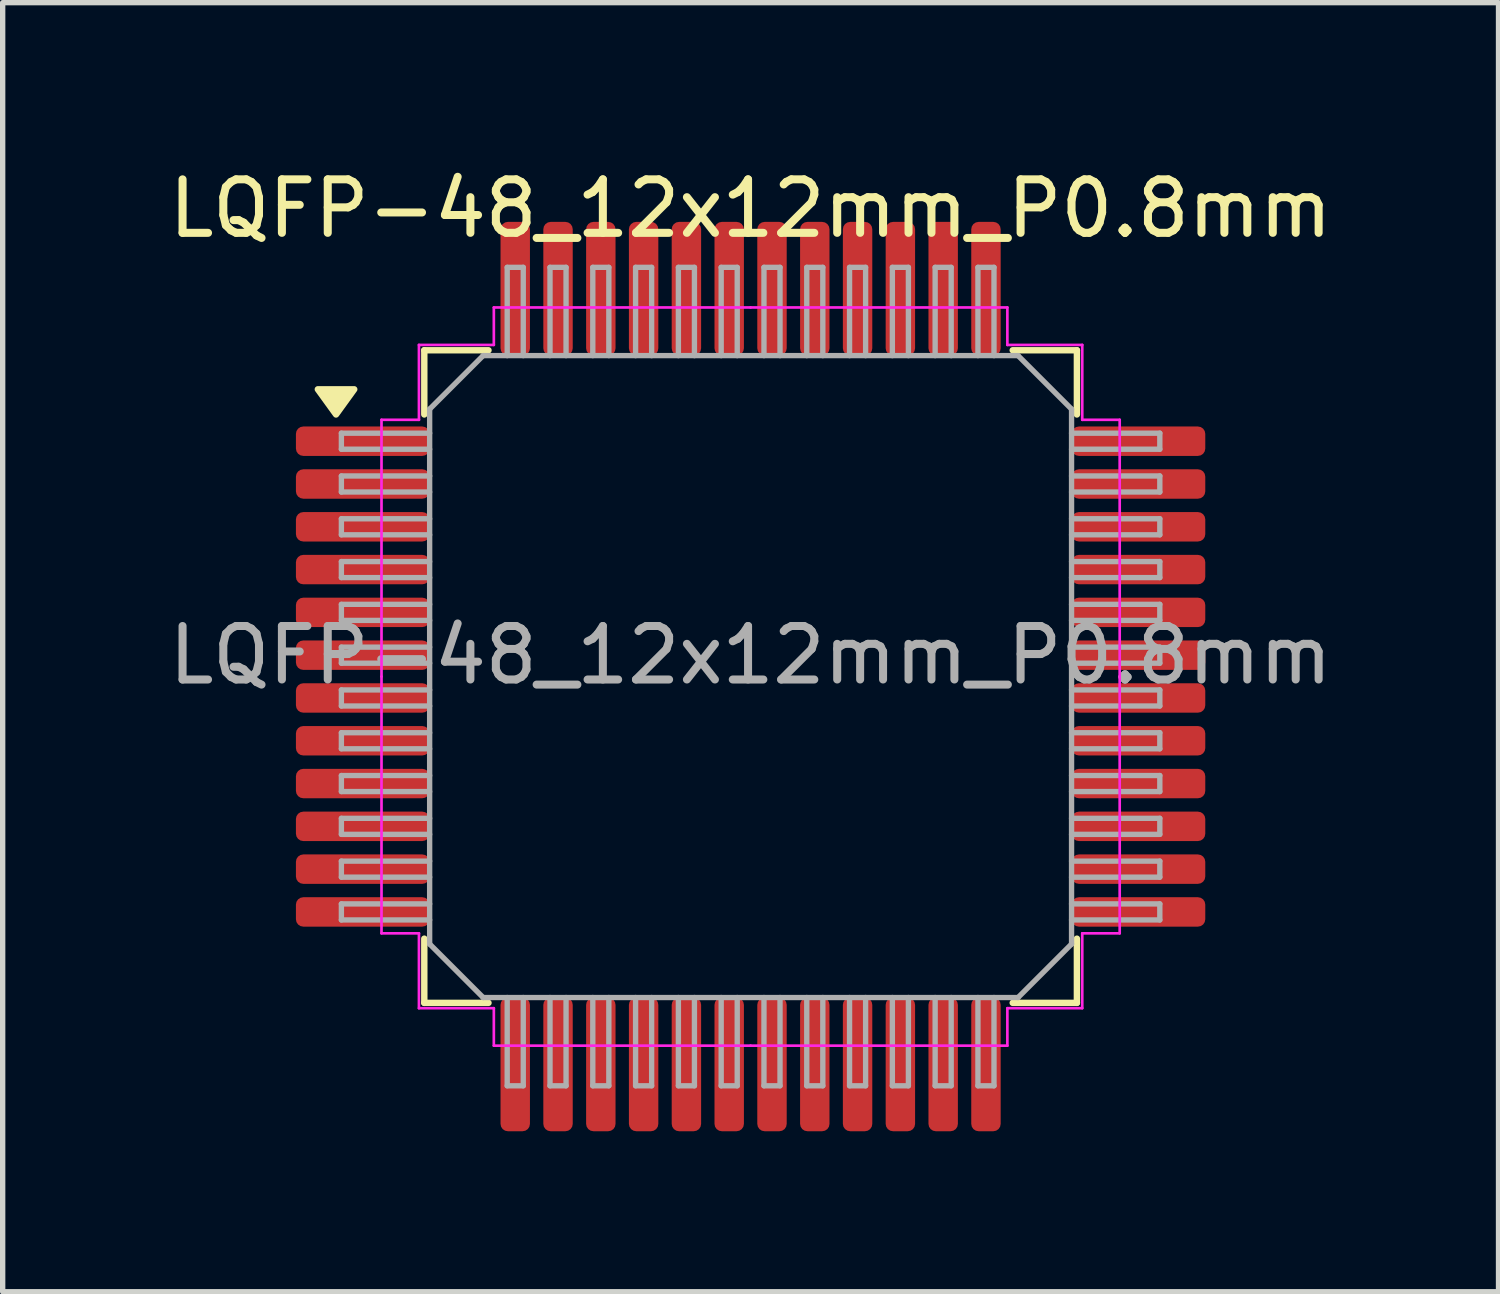
<source format=kicad_pcb>
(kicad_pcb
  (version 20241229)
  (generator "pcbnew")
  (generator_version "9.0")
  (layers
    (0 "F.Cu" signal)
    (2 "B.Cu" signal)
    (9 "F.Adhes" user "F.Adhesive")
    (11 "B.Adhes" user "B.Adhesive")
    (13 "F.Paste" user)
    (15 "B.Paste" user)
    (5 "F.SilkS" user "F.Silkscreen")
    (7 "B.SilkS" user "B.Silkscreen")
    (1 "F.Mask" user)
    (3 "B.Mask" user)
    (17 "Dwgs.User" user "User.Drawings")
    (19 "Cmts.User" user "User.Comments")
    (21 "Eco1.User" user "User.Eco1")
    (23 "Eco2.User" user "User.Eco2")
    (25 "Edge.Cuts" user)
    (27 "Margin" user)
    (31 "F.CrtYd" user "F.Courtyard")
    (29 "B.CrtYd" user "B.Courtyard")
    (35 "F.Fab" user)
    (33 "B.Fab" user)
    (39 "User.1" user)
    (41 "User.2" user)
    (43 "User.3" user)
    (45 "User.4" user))
  (footprint "LQFP-48_12x12mm_P0.8mm"
    (layer "F.Cu")
    (at 10.982 9.598)
    (property "Reference" "LQFP-48_12x12mm_P0.8mm" (at 0 -8.75 0) (layer "F.SilkS") (effects (font (size 1 1) (thickness 0.15))))
    (attr smd)
    (fp_line (start -6.1 -6.1) (end -4.9 -6.1) (stroke (width 0.12) (type solid)) (layer "F.SilkS"))
    (fp_line (start -6.1 -4.9) (end -6.1 -6.1) (stroke (width 0.12) (type solid)) (layer "F.SilkS"))
    (fp_line (start -6.1 6.1) (end -6.1 4.9) (stroke (width 0.12) (type solid)) (layer "F.SilkS"))
    (fp_line (start -4.9 6.1) (end -6.1 6.1) (stroke (width 0.12) (type solid)) (layer "F.SilkS"))
    (fp_line (start 4.9 -6.1) (end 6.1 -6.1) (stroke (width 0.12) (type solid)) (layer "F.SilkS"))
    (fp_line (start 6.1 -6.1) (end 6.1 -4.9) (stroke (width 0.12) (type solid)) (layer "F.SilkS"))
    (fp_line (start 6.1 4.9) (end 6.1 6.1) (stroke (width 0.12) (type solid)) (layer "F.SilkS"))
    (fp_line (start 6.1 6.1) (end 4.9 6.1) (stroke (width 0.12) (type solid)) (layer "F.SilkS"))
    (fp_poly (pts (xy -7.75 -4.9) (xy -8.09 -5.37) (xy -7.41 -5.37) (xy -7.75 -4.9)) (stroke (width 0.12) (type solid)) (fill yes) (layer "F.SilkS"))
    (fp_line (start -6.9 -4.8) (end -6.2 -4.8) (stroke (width 0.05) (type solid)) (layer "F.CrtYd"))
    (fp_line (start -6.9 0) (end -6.9 -4.8) (stroke (width 0.05) (type solid)) (layer "F.CrtYd"))
    (fp_line (start -6.9 4.8) (end -6.9 0) (stroke (width 0.05) (type solid)) (layer "F.CrtYd"))
    (fp_line (start -6.2 -6.2) (end -4.8 -6.2) (stroke (width 0.05) (type solid)) (layer "F.CrtYd"))
    (fp_line (start -6.2 -4.8) (end -6.2 -6.2) (stroke (width 0.05) (type solid)) (layer "F.CrtYd"))
    (fp_line (start -6.2 4.8) (end -6.9 4.8) (stroke (width 0.05) (type solid)) (layer "F.CrtYd"))
    (fp_line (start -6.2 6.2) (end -6.2 4.8) (stroke (width 0.05) (type solid)) (layer "F.CrtYd"))
    (fp_line (start -4.8 -6.9) (end 0 -6.9) (stroke (width 0.05) (type solid)) (layer "F.CrtYd"))
    (fp_line (start -4.8 -6.2) (end -4.8 -6.9) (stroke (width 0.05) (type solid)) (layer "F.CrtYd"))
    (fp_line (start -4.8 6.2) (end -6.2 6.2) (stroke (width 0.05) (type solid)) (layer "F.CrtYd"))
    (fp_line (start -4.8 6.9) (end -4.8 6.2) (stroke (width 0.05) (type solid)) (layer "F.CrtYd"))
    (fp_line (start 0 -6.9) (end 4.8 -6.9) (stroke (width 0.05) (type solid)) (layer "F.CrtYd"))
    (fp_line (start 0 6.9) (end -4.8 6.9) (stroke (width 0.05) (type solid)) (layer "F.CrtYd"))
    (fp_line (start 4.8 -6.9) (end 4.8 -6.2) (stroke (width 0.05) (type solid)) (layer "F.CrtYd"))
    (fp_line (start 4.8 -6.2) (end 6.2 -6.2) (stroke (width 0.05) (type solid)) (layer "F.CrtYd"))
    (fp_line (start 4.8 6.2) (end 4.8 6.9) (stroke (width 0.05) (type solid)) (layer "F.CrtYd"))
    (fp_line (start 4.8 6.9) (end 0 6.9) (stroke (width 0.05) (type solid)) (layer "F.CrtYd"))
    (fp_line (start 6.2 -6.2) (end 6.2 -4.8) (stroke (width 0.05) (type solid)) (layer "F.CrtYd"))
    (fp_line (start 6.2 -4.8) (end 6.9 -4.8) (stroke (width 0.05) (type solid)) (layer "F.CrtYd"))
    (fp_line (start 6.2 4.8) (end 6.2 6.2) (stroke (width 0.05) (type solid)) (layer "F.CrtYd"))
    (fp_line (start 6.2 6.2) (end 4.8 6.2) (stroke (width 0.05) (type solid)) (layer "F.CrtYd"))
    (fp_line (start 6.9 -4.8) (end 6.9 0) (stroke (width 0.05) (type solid)) (layer "F.CrtYd"))
    (fp_line (start 6.9 0) (end 6.9 4.8) (stroke (width 0.05) (type solid)) (layer "F.CrtYd"))
    (fp_line (start 6.9 4.8) (end 6.2 4.8) (stroke (width 0.05) (type solid)) (layer "F.CrtYd"))
    (fp_line (start -7.65 -4.55) (end -7.65 -4.25) (stroke (width 0.1) (type default)) (layer "F.Fab"))
    (fp_line (start -7.65 -4.25) (end -6 -4.25) (stroke (width 0.1) (type default)) (layer "F.Fab"))
    (fp_line (start -7.65 -3.75) (end -7.65 -3.45) (stroke (width 0.1) (type default)) (layer "F.Fab"))
    (fp_line (start -7.65 -3.45) (end -6 -3.45) (stroke (width 0.1) (type default)) (layer "F.Fab"))
    (fp_line (start -7.65 -2.95) (end -7.65 -2.65) (stroke (width 0.1) (type default)) (layer "F.Fab"))
    (fp_line (start -7.65 -2.65) (end -6 -2.65) (stroke (width 0.1) (type default)) (layer "F.Fab"))
    (fp_line (start -7.65 -2.15) (end -7.65 -1.85) (stroke (width 0.1) (type default)) (layer "F.Fab"))
    (fp_line (start -7.65 -1.85) (end -6 -1.85) (stroke (width 0.1) (type default)) (layer "F.Fab"))
    (fp_line (start -7.65 -1.35) (end -7.65 -1.05) (stroke (width 0.1) (type default)) (layer "F.Fab"))
    (fp_line (start -7.65 -1.05) (end -6 -1.05) (stroke (width 0.1) (type default)) (layer "F.Fab"))
    (fp_line (start -7.65 -0.55) (end -7.65 -0.25) (stroke (width 0.1) (type default)) (layer "F.Fab"))
    (fp_line (start -7.65 -0.25) (end -6 -0.25) (stroke (width 0.1) (type default)) (layer "F.Fab"))
    (fp_line (start -7.65 0.25) (end -7.65 0.55) (stroke (width 0.1) (type default)) (layer "F.Fab"))
    (fp_line (start -7.65 0.55) (end -6 0.55) (stroke (width 0.1) (type default)) (layer "F.Fab"))
    (fp_line (start -7.65 1.05) (end -7.65 1.35) (stroke (width 0.1) (type default)) (layer "F.Fab"))
    (fp_line (start -7.65 1.35) (end -6 1.35) (stroke (width 0.1) (type default)) (layer "F.Fab"))
    (fp_line (start -7.65 1.85) (end -7.65 2.15) (stroke (width 0.1) (type default)) (layer "F.Fab"))
    (fp_line (start -7.65 2.15) (end -6 2.15) (stroke (width 0.1) (type default)) (layer "F.Fab"))
    (fp_line (start -7.65 2.65) (end -7.65 2.95) (stroke (width 0.1) (type default)) (layer "F.Fab"))
    (fp_line (start -7.65 2.95) (end -6 2.95) (stroke (width 0.1) (type default)) (layer "F.Fab"))
    (fp_line (start -7.65 3.45) (end -7.65 3.75) (stroke (width 0.1) (type default)) (layer "F.Fab"))
    (fp_line (start -7.65 3.75) (end -6 3.75) (stroke (width 0.1) (type default)) (layer "F.Fab"))
    (fp_line (start -7.65 4.25) (end -7.65 4.55) (stroke (width 0.1) (type default)) (layer "F.Fab"))
    (fp_line (start -7.65 4.55) (end -6 4.55) (stroke (width 0.1) (type default)) (layer "F.Fab"))
    (fp_line (start -6 -5) (end -5 -6) (stroke (width 0.1) (type solid)) (layer "F.Fab"))
    (fp_line (start -6 -4.55) (end -7.65 -4.55) (stroke (width 0.1) (type default)) (layer "F.Fab"))
    (fp_line (start -6 -3.75) (end -7.65 -3.75) (stroke (width 0.1) (type default)) (layer "F.Fab"))
    (fp_line (start -6 -2.95) (end -7.65 -2.95) (stroke (width 0.1) (type default)) (layer "F.Fab"))
    (fp_line (start -6 -2.15) (end -7.65 -2.15) (stroke (width 0.1) (type default)) (layer "F.Fab"))
    (fp_line (start -6 -1.35) (end -7.65 -1.35) (stroke (width 0.1) (type default)) (layer "F.Fab"))
    (fp_line (start -6 -0.55) (end -7.65 -0.55) (stroke (width 0.1) (type default)) (layer "F.Fab"))
    (fp_line (start -6 0.25) (end -7.65 0.25) (stroke (width 0.1) (type default)) (layer "F.Fab"))
    (fp_line (start -6 1.05) (end -7.65 1.05) (stroke (width 0.1) (type default)) (layer "F.Fab"))
    (fp_line (start -6 1.85) (end -7.65 1.85) (stroke (width 0.1) (type default)) (layer "F.Fab"))
    (fp_line (start -6 2.65) (end -7.65 2.65) (stroke (width 0.1) (type default)) (layer "F.Fab"))
    (fp_line (start -6 3.45) (end -7.65 3.45) (stroke (width 0.1) (type default)) (layer "F.Fab"))
    (fp_line (start -6 4.25) (end -7.65 4.25) (stroke (width 0.1) (type default)) (layer "F.Fab"))
    (fp_line (start -6 5) (end -6 -5) (stroke (width 0.1) (type solid)) (layer "F.Fab"))
    (fp_line (start -6 5) (end -5 6) (stroke (width 0.1) (type default)) (layer "F.Fab"))
    (fp_line (start -5 -6) (end 5 -6) (stroke (width 0.1) (type solid)) (layer "F.Fab"))
    (fp_line (start -4.55 -7.65) (end -4.55 -6) (stroke (width 0.1) (type default)) (layer "F.Fab"))
    (fp_line (start -4.55 6) (end -4.55 7.65) (stroke (width 0.1) (type default)) (layer "F.Fab"))
    (fp_line (start -4.55 7.65) (end -4.25 7.65) (stroke (width 0.1) (type default)) (layer "F.Fab"))
    (fp_line (start -4.25 -7.65) (end -4.55 -7.65) (stroke (width 0.1) (type default)) (layer "F.Fab"))
    (fp_line (start -4.25 -6) (end -4.25 -7.65) (stroke (width 0.1) (type default)) (layer "F.Fab"))
    (fp_line (start -4.25 7.65) (end -4.25 6) (stroke (width 0.1) (type default)) (layer "F.Fab"))
    (fp_line (start -3.75 -7.65) (end -3.75 -6) (stroke (width 0.1) (type default)) (layer "F.Fab"))
    (fp_line (start -3.75 6) (end -3.75 7.65) (stroke (width 0.1) (type default)) (layer "F.Fab"))
    (fp_line (start -3.75 7.65) (end -3.45 7.65) (stroke (width 0.1) (type default)) (layer "F.Fab"))
    (fp_line (start -3.45 -7.65) (end -3.75 -7.65) (stroke (width 0.1) (type default)) (layer "F.Fab"))
    (fp_line (start -3.45 -6) (end -3.45 -7.65) (stroke (width 0.1) (type default)) (layer "F.Fab"))
    (fp_line (start -3.45 7.65) (end -3.45 6) (stroke (width 0.1) (type default)) (layer "F.Fab"))
    (fp_line (start -2.95 -7.65) (end -2.95 -6) (stroke (width 0.1) (type default)) (layer "F.Fab"))
    (fp_line (start -2.95 6) (end -2.95 7.65) (stroke (width 0.1) (type default)) (layer "F.Fab"))
    (fp_line (start -2.95 7.65) (end -2.65 7.65) (stroke (width 0.1) (type default)) (layer "F.Fab"))
    (fp_line (start -2.65 -7.65) (end -2.95 -7.65) (stroke (width 0.1) (type default)) (layer "F.Fab"))
    (fp_line (start -2.65 -6) (end -2.65 -7.65) (stroke (width 0.1) (type default)) (layer "F.Fab"))
    (fp_line (start -2.65 7.65) (end -2.65 6) (stroke (width 0.1) (type default)) (layer "F.Fab"))
    (fp_line (start -2.15 -7.65) (end -2.15 -6) (stroke (width 0.1) (type default)) (layer "F.Fab"))
    (fp_line (start -2.15 6) (end -2.15 7.65) (stroke (width 0.1) (type default)) (layer "F.Fab"))
    (fp_line (start -2.15 7.65) (end -1.85 7.65) (stroke (width 0.1) (type default)) (layer "F.Fab"))
    (fp_line (start -1.85 -7.65) (end -2.15 -7.65) (stroke (width 0.1) (type default)) (layer "F.Fab"))
    (fp_line (start -1.85 -6) (end -1.85 -7.65) (stroke (width 0.1) (type default)) (layer "F.Fab"))
    (fp_line (start -1.85 7.65) (end -1.85 6) (stroke (width 0.1) (type default)) (layer "F.Fab"))
    (fp_line (start -1.35 -7.65) (end -1.35 -6) (stroke (width 0.1) (type default)) (layer "F.Fab"))
    (fp_line (start -1.35 6) (end -1.35 7.65) (stroke (width 0.1) (type default)) (layer "F.Fab"))
    (fp_line (start -1.35 7.65) (end -1.05 7.65) (stroke (width 0.1) (type default)) (layer "F.Fab"))
    (fp_line (start -1.05 -7.65) (end -1.35 -7.65) (stroke (width 0.1) (type default)) (layer "F.Fab"))
    (fp_line (start -1.05 -6) (end -1.05 -7.65) (stroke (width 0.1) (type default)) (layer "F.Fab"))
    (fp_line (start -1.05 7.65) (end -1.05 6) (stroke (width 0.1) (type default)) (layer "F.Fab"))
    (fp_line (start -0.55 -7.65) (end -0.55 -6) (stroke (width 0.1) (type default)) (layer "F.Fab"))
    (fp_line (start -0.55 6) (end -0.55 7.65) (stroke (width 0.1) (type default)) (layer "F.Fab"))
    (fp_line (start -0.55 7.65) (end -0.25 7.65) (stroke (width 0.1) (type default)) (layer "F.Fab"))
    (fp_line (start -0.25 -7.65) (end -0.55 -7.65) (stroke (width 0.1) (type default)) (layer "F.Fab"))
    (fp_line (start -0.25 -6) (end -0.25 -7.65) (stroke (width 0.1) (type default)) (layer "F.Fab"))
    (fp_line (start -0.25 7.65) (end -0.25 6) (stroke (width 0.1) (type default)) (layer "F.Fab"))
    (fp_line (start 0.25 -7.65) (end 0.25 -6) (stroke (width 0.1) (type default)) (layer "F.Fab"))
    (fp_line (start 0.25 6) (end 0.25 7.65) (stroke (width 0.1) (type default)) (layer "F.Fab"))
    (fp_line (start 0.25 7.65) (end 0.55 7.65) (stroke (width 0.1) (type default)) (layer "F.Fab"))
    (fp_line (start 0.55 -7.65) (end 0.25 -7.65) (stroke (width 0.1) (type default)) (layer "F.Fab"))
    (fp_line (start 0.55 -6) (end 0.55 -7.65) (stroke (width 0.1) (type default)) (layer "F.Fab"))
    (fp_line (start 0.55 7.65) (end 0.55 6) (stroke (width 0.1) (type default)) (layer "F.Fab"))
    (fp_line (start 1.05 -7.65) (end 1.05 -6) (stroke (width 0.1) (type default)) (layer "F.Fab"))
    (fp_line (start 1.05 6) (end 1.05 7.65) (stroke (width 0.1) (type default)) (layer "F.Fab"))
    (fp_line (start 1.05 7.65) (end 1.35 7.65) (stroke (width 0.1) (type default)) (layer "F.Fab"))
    (fp_line (start 1.35 -7.65) (end 1.05 -7.65) (stroke (width 0.1) (type default)) (layer "F.Fab"))
    (fp_line (start 1.35 -6) (end 1.35 -7.65) (stroke (width 0.1) (type default)) (layer "F.Fab"))
    (fp_line (start 1.35 7.65) (end 1.35 6) (stroke (width 0.1) (type default)) (layer "F.Fab"))
    (fp_line (start 1.85 -7.65) (end 1.85 -6) (stroke (width 0.1) (type default)) (layer "F.Fab"))
    (fp_line (start 1.85 6) (end 1.85 7.65) (stroke (width 0.1) (type default)) (layer "F.Fab"))
    (fp_line (start 1.85 7.65) (end 2.15 7.65) (stroke (width 0.1) (type default)) (layer "F.Fab"))
    (fp_line (start 2.15 -7.65) (end 1.85 -7.65) (stroke (width 0.1) (type default)) (layer "F.Fab"))
    (fp_line (start 2.15 -6) (end 2.15 -7.65) (stroke (width 0.1) (type default)) (layer "F.Fab"))
    (fp_line (start 2.15 7.65) (end 2.15 6) (stroke (width 0.1) (type default)) (layer "F.Fab"))
    (fp_line (start 2.65 -7.65) (end 2.65 -6) (stroke (width 0.1) (type default)) (layer "F.Fab"))
    (fp_line (start 2.65 6) (end 2.65 7.65) (stroke (width 0.1) (type default)) (layer "F.Fab"))
    (fp_line (start 2.65 7.65) (end 2.95 7.65) (stroke (width 0.1) (type default)) (layer "F.Fab"))
    (fp_line (start 2.95 -7.65) (end 2.65 -7.65) (stroke (width 0.1) (type default)) (layer "F.Fab"))
    (fp_line (start 2.95 -6) (end 2.95 -7.65) (stroke (width 0.1) (type default)) (layer "F.Fab"))
    (fp_line (start 2.95 7.65) (end 2.95 6) (stroke (width 0.1) (type default)) (layer "F.Fab"))
    (fp_line (start 3.45 -7.65) (end 3.45 -6) (stroke (width 0.1) (type default)) (layer "F.Fab"))
    (fp_line (start 3.45 6) (end 3.45 7.65) (stroke (width 0.1) (type default)) (layer "F.Fab"))
    (fp_line (start 3.45 7.65) (end 3.75 7.65) (stroke (width 0.1) (type default)) (layer "F.Fab"))
    (fp_line (start 3.75 -7.65) (end 3.45 -7.65) (stroke (width 0.1) (type default)) (layer "F.Fab"))
    (fp_line (start 3.75 -6) (end 3.75 -7.65) (stroke (width 0.1) (type default)) (layer "F.Fab"))
    (fp_line (start 3.75 7.65) (end 3.75 6) (stroke (width 0.1) (type default)) (layer "F.Fab"))
    (fp_line (start 4.25 -7.65) (end 4.25 -6) (stroke (width 0.1) (type default)) (layer "F.Fab"))
    (fp_line (start 4.25 6) (end 4.25 7.65) (stroke (width 0.1) (type default)) (layer "F.Fab"))
    (fp_line (start 4.25 7.65) (end 4.55 7.65) (stroke (width 0.1) (type default)) (layer "F.Fab"))
    (fp_line (start 4.55 -7.65) (end 4.25 -7.65) (stroke (width 0.1) (type default)) (layer "F.Fab"))
    (fp_line (start 4.55 -6) (end 4.55 -7.65) (stroke (width 0.1) (type default)) (layer "F.Fab"))
    (fp_line (start 4.55 7.65) (end 4.55 6) (stroke (width 0.1) (type default)) (layer "F.Fab"))
    (fp_line (start 5 -6) (end 6 -5) (stroke (width 0.1) (type default)) (layer "F.Fab"))
    (fp_line (start 5 6) (end -5 6) (stroke (width 0.1) (type solid)) (layer "F.Fab"))
    (fp_line (start 6 -5) (end 6 5) (stroke (width 0.1) (type solid)) (layer "F.Fab"))
    (fp_line (start 6 -4.25) (end 7.65 -4.25) (stroke (width 0.1) (type default)) (layer "F.Fab"))
    (fp_line (start 6 -3.45) (end 7.65 -3.45) (stroke (width 0.1) (type default)) (layer "F.Fab"))
    (fp_line (start 6 -2.65) (end 7.65 -2.65) (stroke (width 0.1) (type default)) (layer "F.Fab"))
    (fp_line (start 6 -1.85) (end 7.65 -1.85) (stroke (width 0.1) (type default)) (layer "F.Fab"))
    (fp_line (start 6 -1.05) (end 7.65 -1.05) (stroke (width 0.1) (type default)) (layer "F.Fab"))
    (fp_line (start 6 -0.25) (end 7.65 -0.25) (stroke (width 0.1) (type default)) (layer "F.Fab"))
    (fp_line (start 6 0.55) (end 7.65 0.55) (stroke (width 0.1) (type default)) (layer "F.Fab"))
    (fp_line (start 6 1.35) (end 7.65 1.35) (stroke (width 0.1) (type default)) (layer "F.Fab"))
    (fp_line (start 6 2.15) (end 7.65 2.15) (stroke (width 0.1) (type default)) (layer "F.Fab"))
    (fp_line (start 6 2.95) (end 7.65 2.95) (stroke (width 0.1) (type default)) (layer "F.Fab"))
    (fp_line (start 6 3.75) (end 7.65 3.75) (stroke (width 0.1) (type default)) (layer "F.Fab"))
    (fp_line (start 6 4.55) (end 7.65 4.55) (stroke (width 0.1) (type default)) (layer "F.Fab"))
    (fp_line (start 6 5) (end 5 6) (stroke (width 0.1) (type default)) (layer "F.Fab"))
    (fp_line (start 7.65 -4.55) (end 6 -4.55) (stroke (width 0.1) (type default)) (layer "F.Fab"))
    (fp_line (start 7.65 -4.25) (end 7.65 -4.55) (stroke (width 0.1) (type default)) (layer "F.Fab"))
    (fp_line (start 7.65 -3.75) (end 6 -3.75) (stroke (width 0.1) (type default)) (layer "F.Fab"))
    (fp_line (start 7.65 -3.45) (end 7.65 -3.75) (stroke (width 0.1) (type default)) (layer "F.Fab"))
    (fp_line (start 7.65 -2.95) (end 6 -2.95) (stroke (width 0.1) (type default)) (layer "F.Fab"))
    (fp_line (start 7.65 -2.65) (end 7.65 -2.95) (stroke (width 0.1) (type default)) (layer "F.Fab"))
    (fp_line (start 7.65 -2.15) (end 6 -2.15) (stroke (width 0.1) (type default)) (layer "F.Fab"))
    (fp_line (start 7.65 -1.85) (end 7.65 -2.15) (stroke (width 0.1) (type default)) (layer "F.Fab"))
    (fp_line (start 7.65 -1.35) (end 6 -1.35) (stroke (width 0.1) (type default)) (layer "F.Fab"))
    (fp_line (start 7.65 -1.05) (end 7.65 -1.35) (stroke (width 0.1) (type default)) (layer "F.Fab"))
    (fp_line (start 7.65 -0.55) (end 6 -0.55) (stroke (width 0.1) (type default)) (layer "F.Fab"))
    (fp_line (start 7.65 -0.25) (end 7.65 -0.55) (stroke (width 0.1) (type default)) (layer "F.Fab"))
    (fp_line (start 7.65 0.25) (end 6 0.25) (stroke (width 0.1) (type default)) (layer "F.Fab"))
    (fp_line (start 7.65 0.55) (end 7.65 0.25) (stroke (width 0.1) (type default)) (layer "F.Fab"))
    (fp_line (start 7.65 1.05) (end 6 1.05) (stroke (width 0.1) (type default)) (layer "F.Fab"))
    (fp_line (start 7.65 1.35) (end 7.65 1.05) (stroke (width 0.1) (type default)) (layer "F.Fab"))
    (fp_line (start 7.65 1.85) (end 6 1.85) (stroke (width 0.1) (type default)) (layer "F.Fab"))
    (fp_line (start 7.65 2.15) (end 7.65 1.85) (stroke (width 0.1) (type default)) (layer "F.Fab"))
    (fp_line (start 7.65 2.65) (end 6 2.65) (stroke (width 0.1) (type default)) (layer "F.Fab"))
    (fp_line (start 7.65 2.95) (end 7.65 2.65) (stroke (width 0.1) (type default)) (layer "F.Fab"))
    (fp_line (start 7.65 3.45) (end 6 3.45) (stroke (width 0.1) (type default)) (layer "F.Fab"))
    (fp_line (start 7.65 3.75) (end 7.65 3.45) (stroke (width 0.1) (type default)) (layer "F.Fab"))
    (fp_line (start 7.65 4.25) (end 6 4.25) (stroke (width 0.1) (type default)) (layer "F.Fab"))
    (fp_line (start 7.65 4.55) (end 7.65 4.25) (stroke (width 0.1) (type default)) (layer "F.Fab"))
    (fp_text user "${REFERENCE}" (at 0 -0.4 0) (layer "F.Fab") (effects (font (size 1 1) (thickness 0.15))))
    (pad "1" smd roundrect (at -7.25 -4.4) (size 2.5 0.55) (layers "F.Cu" "F.Mask" "F.Paste") (roundrect_rratio 0.25))
    (pad "2" smd roundrect (at -7.25 -3.6) (size 2.5 0.55) (layers "F.Cu" "F.Mask" "F.Paste") (roundrect_rratio 0.25))
    (pad "3" smd roundrect (at -7.25 -2.8) (size 2.5 0.55) (layers "F.Cu" "F.Mask" "F.Paste") (roundrect_rratio 0.25))
    (pad "4" smd roundrect (at -7.25 -2) (size 2.5 0.55) (layers "F.Cu" "F.Mask" "F.Paste") (roundrect_rratio 0.25))
    (pad "5" smd roundrect (at -7.25 -1.2) (size 2.5 0.55) (layers "F.Cu" "F.Mask" "F.Paste") (roundrect_rratio 0.25))
    (pad "6" smd roundrect (at -7.25 -0.4) (size 2.5 0.55) (layers "F.Cu" "F.Mask" "F.Paste") (roundrect_rratio 0.25))
    (pad "7" smd roundrect (at -7.25 0.4) (size 2.5 0.55) (layers "F.Cu" "F.Mask" "F.Paste") (roundrect_rratio 0.25))
    (pad "8" smd roundrect (at -7.25 1.2) (size 2.5 0.55) (layers "F.Cu" "F.Mask" "F.Paste") (roundrect_rratio 0.25))
    (pad "9" smd roundrect (at -7.25 2) (size 2.5 0.55) (layers "F.Cu" "F.Mask" "F.Paste") (roundrect_rratio 0.25))
    (pad "10" smd roundrect (at -7.25 2.8) (size 2.5 0.55) (layers "F.Cu" "F.Mask" "F.Paste") (roundrect_rratio 0.25))
    (pad "11" smd roundrect (at -7.25 3.6) (size 2.5 0.55) (layers "F.Cu" "F.Mask" "F.Paste") (roundrect_rratio 0.25))
    (pad "12" smd roundrect (at -7.25 4.4) (size 2.5 0.55) (layers "F.Cu" "F.Mask" "F.Paste") (roundrect_rratio 0.25))
    (pad "13" smd roundrect (at -4.4 7.25 90) (size 2.5 0.55) (layers "F.Cu" "F.Mask" "F.Paste") (roundrect_rratio 0.25))
    (pad "14" smd roundrect (at -3.6 7.25 90) (size 2.5 0.55) (layers "F.Cu" "F.Mask" "F.Paste") (roundrect_rratio 0.25))
    (pad "15" smd roundrect (at -2.8 7.25 90) (size 2.5 0.55) (layers "F.Cu" "F.Mask" "F.Paste") (roundrect_rratio 0.25))
    (pad "16" smd roundrect (at -2 7.25 90) (size 2.5 0.55) (layers "F.Cu" "F.Mask" "F.Paste") (roundrect_rratio 0.25))
    (pad "17" smd roundrect (at -1.2 7.25 90) (size 2.5 0.55) (layers "F.Cu" "F.Mask" "F.Paste") (roundrect_rratio 0.25))
    (pad "18" smd roundrect (at -0.4 7.25 90) (size 2.5 0.55) (layers "F.Cu" "F.Mask" "F.Paste") (roundrect_rratio 0.25))
    (pad "19" smd roundrect (at 0.4 7.25 90) (size 2.5 0.55) (layers "F.Cu" "F.Mask" "F.Paste") (roundrect_rratio 0.25))
    (pad "20" smd roundrect (at 1.2 7.25 90) (size 2.5 0.55) (layers "F.Cu" "F.Mask" "F.Paste") (roundrect_rratio 0.25))
    (pad "21" smd roundrect (at 2 7.25 90) (size 2.5 0.55) (layers "F.Cu" "F.Mask" "F.Paste") (roundrect_rratio 0.25))
    (pad "22" smd roundrect (at 2.8 7.25 90) (size 2.5 0.55) (layers "F.Cu" "F.Mask" "F.Paste") (roundrect_rratio 0.25))
    (pad "23" smd roundrect (at 3.6 7.25 90) (size 2.5 0.55) (layers "F.Cu" "F.Mask" "F.Paste") (roundrect_rratio 0.25))
    (pad "24" smd roundrect (at 4.4 7.25 90) (size 2.5 0.55) (layers "F.Cu" "F.Mask" "F.Paste") (roundrect_rratio 0.25))
    (pad "25" smd roundrect (at 7.25 4.4) (size 2.5 0.55) (layers "F.Cu" "F.Mask" "F.Paste") (roundrect_rratio 0.25))
    (pad "26" smd roundrect (at 7.25 3.6) (size 2.5 0.55) (layers "F.Cu" "F.Mask" "F.Paste") (roundrect_rratio 0.25))
    (pad "27" smd roundrect (at 7.25 2.8) (size 2.5 0.55) (layers "F.Cu" "F.Mask" "F.Paste") (roundrect_rratio 0.25))
    (pad "28" smd roundrect (at 7.25 2) (size 2.5 0.55) (layers "F.Cu" "F.Mask" "F.Paste") (roundrect_rratio 0.25))
    (pad "29" smd roundrect (at 7.25 1.2) (size 2.5 0.55) (layers "F.Cu" "F.Mask" "F.Paste") (roundrect_rratio 0.25))
    (pad "30" smd roundrect (at 7.25 0.4) (size 2.5 0.55) (layers "F.Cu" "F.Mask" "F.Paste") (roundrect_rratio 0.25))
    (pad "31" smd roundrect (at 7.25 -0.4) (size 2.5 0.55) (layers "F.Cu" "F.Mask" "F.Paste") (roundrect_rratio 0.25))
    (pad "32" smd roundrect (at 7.25 -1.2) (size 2.5 0.55) (layers "F.Cu" "F.Mask" "F.Paste") (roundrect_rratio 0.25))
    (pad "33" smd roundrect (at 7.25 -2) (size 2.5 0.55) (layers "F.Cu" "F.Mask" "F.Paste") (roundrect_rratio 0.25))
    (pad "34" smd roundrect (at 7.25 -2.8) (size 2.5 0.55) (layers "F.Cu" "F.Mask" "F.Paste") (roundrect_rratio 0.25))
    (pad "35" smd roundrect (at 7.25 -3.6) (size 2.5 0.55) (layers "F.Cu" "F.Mask" "F.Paste") (roundrect_rratio 0.25))
    (pad "36" smd roundrect (at 7.25 -4.4) (size 2.5 0.55) (layers "F.Cu" "F.Mask" "F.Paste") (roundrect_rratio 0.25))
    (pad "37" smd roundrect (at 4.4 -7.25 90) (size 2.5 0.55) (layers "F.Cu" "F.Mask" "F.Paste") (roundrect_rratio 0.25))
    (pad "38" smd roundrect (at 3.6 -7.25 90) (size 2.5 0.55) (layers "F.Cu" "F.Mask" "F.Paste") (roundrect_rratio 0.25))
    (pad "39" smd roundrect (at 2.8 -7.25 90) (size 2.5 0.55) (layers "F.Cu" "F.Mask" "F.Paste") (roundrect_rratio 0.25))
    (pad "40" smd roundrect (at 2 -7.25 90) (size 2.5 0.55) (layers "F.Cu" "F.Mask" "F.Paste") (roundrect_rratio 0.25))
    (pad "41" smd roundrect (at 1.2 -7.25 90) (size 2.5 0.55) (layers "F.Cu" "F.Mask" "F.Paste") (roundrect_rratio 0.25))
    (pad "42" smd roundrect (at 0.4 -7.25 90) (size 2.5 0.55) (layers "F.Cu" "F.Mask" "F.Paste") (roundrect_rratio 0.25))
    (pad "43" smd roundrect (at -0.4 -7.25 90) (size 2.5 0.55) (layers "F.Cu" "F.Mask" "F.Paste") (roundrect_rratio 0.25))
    (pad "44" smd roundrect (at -1.2 -7.25 90) (size 2.5 0.55) (layers "F.Cu" "F.Mask" "F.Paste") (roundrect_rratio 0.25))
    (pad "45" smd roundrect (at -2 -7.25 90) (size 2.5 0.55) (layers "F.Cu" "F.Mask" "F.Paste") (roundrect_rratio 0.25))
    (pad "46" smd roundrect (at -2.8 -7.25 90) (size 2.5 0.55) (layers "F.Cu" "F.Mask" "F.Paste") (roundrect_rratio 0.25))
    (pad "47" smd roundrect (at -3.6 -7.25 90) (size 2.5 0.55) (layers "F.Cu" "F.Mask" "F.Paste") (roundrect_rratio 0.25))
    (pad "48" smd roundrect (at -4.4 -7.25 90) (size 2.5 0.55) (layers "F.Cu" "F.Mask" "F.Paste") (roundrect_rratio 0.25)))
  (gr_rect
    (start -3 -3)
    (end 24.964 21.098)
    (stroke (width 0.1) (type default))
    (fill no)
    (layer "Edge.Cuts")))
</source>
